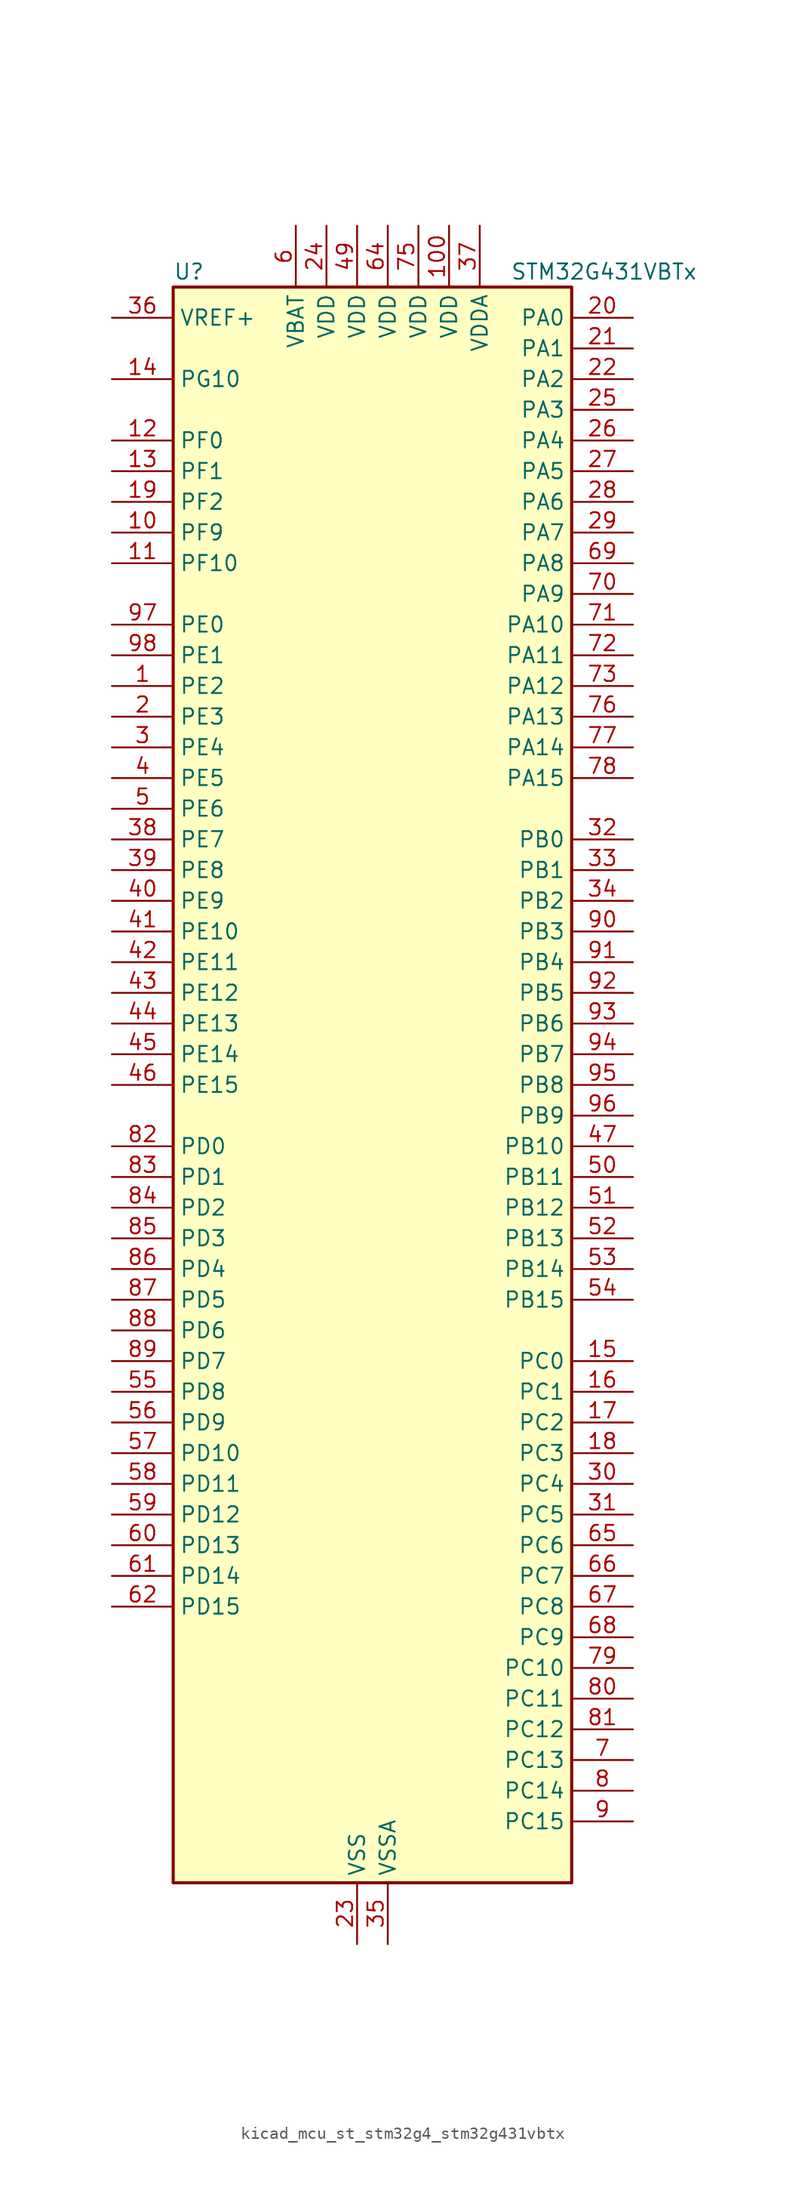
<source format=kicad_sym>
(kicad_symbol_lib
  (version 20220914)
  (generator kicad_symbol_editor)
  (symbol "kicad_mcu_st_stm32g4_stm32g431vbtx"
    (property "Reference" "U"
      (at -15.24 67.31 0)
      (effects (font (size 1.27 1.27)) (justify left)))
    (property "Value" "STM32G431VBTx"
      (at 12.7 67.31 0)
      (effects (font (size 1.27 1.27)) (justify left)))
    (property "ki_locked" ""
      (at 0 0 0)
      (effects (font (size 1.27 1.27))))
    (symbol "kicad_mcu_st_stm32g4_stm32g431vbtx_0_1"
      (rectangle (start -15.24 -66.04) (end 17.78 66.04) (stroke (width 0.254) (type default)) (fill (type background))))
    (symbol "kicad_mcu_st_stm32g4_stm32g431vbtx_1_1"
      (pin bidirectional line (at -20.32 33.02 0) (length 5.08) (name "PE2" (effects (font (size 1.27 1.27)))) (number "1" (effects (font (size 1.27 1.27)))) (alternate "SAI1_CK1" bidirectional line) (alternate "SAI1_MCLK_A" bidirectional line) (alternate "SYS_TRACECLK" bidirectional line) (alternate "TIM3_CH1" bidirectional line))
      (pin bidirectional line (at -20.32 45.72 0) (length 5.08) (name "PF9" (effects (font (size 1.27 1.27)))) (number "10" (effects (font (size 1.27 1.27)))) (alternate "DAC1_EXTI9" bidirectional line) (alternate "DAC3_EXTI9" bidirectional line) (alternate "SAI1_FS_B" bidirectional line) (alternate "SPI2_SCK" bidirectional line) (alternate "TIM15_CH1" bidirectional line))
      (pin power_in line (at 7.62 71.12 270) (length 5.08) (name "VDD" (effects (font (size 1.27 1.27)))) (number "100" (effects (font (size 1.27 1.27)))))
      (pin bidirectional line (at -20.32 43.18 0) (length 5.08) (name "PF10" (effects (font (size 1.27 1.27)))) (number "11" (effects (font (size 1.27 1.27)))) (alternate "DAC1_EXTI10" bidirectional line) (alternate "DAC3_EXTI10" bidirectional line) (alternate "SAI1_D3" bidirectional line) (alternate "SPI2_SCK" bidirectional line) (alternate "TIM15_CH2" bidirectional line))
      (pin bidirectional line (at -20.32 53.34 0) (length 5.08) (name "PF0" (effects (font (size 1.27 1.27)))) (number "12" (effects (font (size 1.27 1.27)))) (alternate "ADC1_IN10" bidirectional line) (alternate "I2C2_SDA" bidirectional line) (alternate "I2S2_WS" bidirectional line) (alternate "RCC_OSC_IN" bidirectional line) (alternate "SPI2_NSS" bidirectional line) (alternate "TIM1_CH3N" bidirectional line))
      (pin bidirectional line (at -20.32 50.8 0) (length 5.08) (name "PF1" (effects (font (size 1.27 1.27)))) (number "13" (effects (font (size 1.27 1.27)))) (alternate "ADC2_IN10" bidirectional line) (alternate "COMP3_INM" bidirectional line) (alternate "I2S2_CK" bidirectional line) (alternate "RCC_OSC_OUT" bidirectional line) (alternate "SPI2_SCK" bidirectional line))
      (pin bidirectional line (at -20.32 58.42 0) (length 5.08) (name "PG10" (effects (font (size 1.27 1.27)))) (number "14" (effects (font (size 1.27 1.27)))) (alternate "DAC1_EXTI10" bidirectional line) (alternate "DAC3_EXTI10" bidirectional line) (alternate "RCC_MCO" bidirectional line))
      (pin bidirectional line (at 22.86 -22.86 180) (length 5.08) (name "PC0" (effects (font (size 1.27 1.27)))) (number "15" (effects (font (size 1.27 1.27)))) (alternate "ADC1_IN6" bidirectional line) (alternate "ADC2_IN6" bidirectional line) (alternate "COMP3_INM" bidirectional line) (alternate "LPTIM1_IN1" bidirectional line) (alternate "LPUART1_RX" bidirectional line) (alternate "TIM1_CH1" bidirectional line))
      (pin bidirectional line (at 22.86 -25.4 180) (length 5.08) (name "PC1" (effects (font (size 1.27 1.27)))) (number "16" (effects (font (size 1.27 1.27)))) (alternate "ADC1_IN7" bidirectional line) (alternate "ADC2_IN7" bidirectional line) (alternate "COMP3_INP" bidirectional line) (alternate "LPTIM1_OUT" bidirectional line) (alternate "LPUART1_TX" bidirectional line) (alternate "SAI1_SD_A" bidirectional line) (alternate "TIM1_CH2" bidirectional line))
      (pin bidirectional line (at 22.86 -27.94 180) (length 5.08) (name "PC2" (effects (font (size 1.27 1.27)))) (number "17" (effects (font (size 1.27 1.27)))) (alternate "ADC1_IN8" bidirectional line) (alternate "ADC2_IN8" bidirectional line) (alternate "COMP3_OUT" bidirectional line) (alternate "LPTIM1_IN2" bidirectional line) (alternate "TIM1_CH3" bidirectional line))
      (pin bidirectional line (at 22.86 -30.48 180) (length 5.08) (name "PC3" (effects (font (size 1.27 1.27)))) (number "18" (effects (font (size 1.27 1.27)))) (alternate "ADC1_IN9" bidirectional line) (alternate "ADC2_IN9" bidirectional line) (alternate "LPTIM1_ETR" bidirectional line) (alternate "SAI1_D1" bidirectional line) (alternate "SAI1_SD_A" bidirectional line) (alternate "TIM1_BKIN2" bidirectional line) (alternate "TIM1_CH4" bidirectional line))
      (pin bidirectional line (at -20.32 48.26 0) (length 5.08) (name "PF2" (effects (font (size 1.27 1.27)))) (number "19" (effects (font (size 1.27 1.27)))) (alternate "I2C2_SMBA" bidirectional line))
      (pin bidirectional line (at -20.32 30.48 0) (length 5.08) (name "PE3" (effects (font (size 1.27 1.27)))) (number "2" (effects (font (size 1.27 1.27)))) (alternate "SAI1_SD_B" bidirectional line) (alternate "SYS_TRACED0" bidirectional line) (alternate "TIM3_CH2" bidirectional line))
      (pin bidirectional line (at 22.86 63.5 180) (length 5.08) (name "PA0" (effects (font (size 1.27 1.27)))) (number "20" (effects (font (size 1.27 1.27)))) (alternate "ADC1_IN1" bidirectional line) (alternate "ADC2_IN1" bidirectional line) (alternate "COMP1_INM" bidirectional line) (alternate "COMP1_OUT" bidirectional line) (alternate "COMP3_INP" bidirectional line) (alternate "RTC_TAMP2" bidirectional line) (alternate "SYS_WKUP1" bidirectional line) (alternate "TIM2_CH1" bidirectional line) (alternate "TIM2_ETR" bidirectional line) (alternate "TIM8_BKIN" bidirectional line) (alternate "TIM8_ETR" bidirectional line) (alternate "USART2_CTS" bidirectional line) (alternate "USART2_NSS" bidirectional line))
      (pin bidirectional line (at 22.86 60.96 180) (length 5.08) (name "PA1" (effects (font (size 1.27 1.27)))) (number "21" (effects (font (size 1.27 1.27)))) (alternate "ADC1_IN2" bidirectional line) (alternate "ADC2_IN2" bidirectional line) (alternate "COMP1_INP" bidirectional line) (alternate "OPAMP1_VINP" bidirectional line) (alternate "OPAMP1_VINP_SEC" bidirectional line) (alternate "OPAMP3_VINP" bidirectional line) (alternate "OPAMP3_VINP_SEC" bidirectional line) (alternate "RTC_REFIN" bidirectional line) (alternate "TIM15_CH1N" bidirectional line) (alternate "TIM2_CH2" bidirectional line) (alternate "USART2_DE" bidirectional line) (alternate "USART2_RTS" bidirectional line))
      (pin bidirectional line (at 22.86 58.42 180) (length 5.08) (name "PA2" (effects (font (size 1.27 1.27)))) (number "22" (effects (font (size 1.27 1.27)))) (alternate "ADC1_IN3" bidirectional line) (alternate "COMP2_INM" bidirectional line) (alternate "COMP2_OUT" bidirectional line) (alternate "LPUART1_TX" bidirectional line) (alternate "OPAMP1_VOUT" bidirectional line) (alternate "RCC_LSCO" bidirectional line) (alternate "SYS_WKUP4" bidirectional line) (alternate "TIM15_CH1" bidirectional line) (alternate "TIM2_CH3" bidirectional line) (alternate "UCPD1_FRSTX1" bidirectional line) (alternate "UCPD1_FRSTX2" bidirectional line) (alternate "USART2_TX" bidirectional line))
      (pin power_in line (at 0 -71.12 90) (length 5.08) (name "VSS" (effects (font (size 1.27 1.27)))) (number "23" (effects (font (size 1.27 1.27)))))
      (pin power_in line (at -2.54 71.12 270) (length 5.08) (name "VDD" (effects (font (size 1.27 1.27)))) (number "24" (effects (font (size 1.27 1.27)))))
      (pin bidirectional line (at 22.86 55.88 180) (length 5.08) (name "PA3" (effects (font (size 1.27 1.27)))) (number "25" (effects (font (size 1.27 1.27)))) (alternate "ADC1_IN4" bidirectional line) (alternate "COMP2_INP" bidirectional line) (alternate "LPUART1_RX" bidirectional line) (alternate "OPAMP1_VINM" bidirectional line) (alternate "OPAMP1_VINM0" bidirectional line) (alternate "OPAMP1_VINM_SEC" bidirectional line) (alternate "OPAMP1_VINP" bidirectional line) (alternate "OPAMP1_VINP_SEC" bidirectional line) (alternate "SAI1_CK1" bidirectional line) (alternate "SAI1_MCLK_A" bidirectional line) (alternate "TIM15_CH2" bidirectional line) (alternate "TIM2_CH4" bidirectional line) (alternate "USART2_RX" bidirectional line))
      (pin bidirectional line (at 22.86 53.34 180) (length 5.08) (name "PA4" (effects (font (size 1.27 1.27)))) (number "26" (effects (font (size 1.27 1.27)))) (alternate "ADC2_IN17" bidirectional line) (alternate "COMP1_INM" bidirectional line) (alternate "DAC1_OUT1" bidirectional line) (alternate "I2S3_WS" bidirectional line) (alternate "SAI1_FS_B" bidirectional line) (alternate "SPI1_NSS" bidirectional line) (alternate "SPI3_NSS" bidirectional line) (alternate "TIM3_CH2" bidirectional line) (alternate "USART2_CK" bidirectional line))
      (pin bidirectional line (at 22.86 50.8 180) (length 5.08) (name "PA5" (effects (font (size 1.27 1.27)))) (number "27" (effects (font (size 1.27 1.27)))) (alternate "ADC2_IN13" bidirectional line) (alternate "COMP2_INM" bidirectional line) (alternate "DAC1_OUT2" bidirectional line) (alternate "OPAMP2_VINM" bidirectional line) (alternate "OPAMP2_VINM0" bidirectional line) (alternate "OPAMP2_VINM_SEC" bidirectional line) (alternate "SPI1_SCK" bidirectional line) (alternate "TIM2_CH1" bidirectional line) (alternate "TIM2_ETR" bidirectional line) (alternate "UCPD1_FRSTX1" bidirectional line) (alternate "UCPD1_FRSTX2" bidirectional line))
      (pin bidirectional line (at 22.86 48.26 180) (length 5.08) (name "PA6" (effects (font (size 1.27 1.27)))) (number "28" (effects (font (size 1.27 1.27)))) (alternate "ADC2_IN3" bidirectional line) (alternate "COMP1_OUT" bidirectional line) (alternate "LPUART1_CTS" bidirectional line) (alternate "OPAMP2_VOUT" bidirectional line) (alternate "SPI1_MISO" bidirectional line) (alternate "TIM16_CH1" bidirectional line) (alternate "TIM1_BKIN" bidirectional line) (alternate "TIM3_CH1" bidirectional line) (alternate "TIM8_BKIN" bidirectional line))
      (pin bidirectional line (at 22.86 45.72 180) (length 5.08) (name "PA7" (effects (font (size 1.27 1.27)))) (number "29" (effects (font (size 1.27 1.27)))) (alternate "ADC2_IN4" bidirectional line) (alternate "COMP2_INP" bidirectional line) (alternate "COMP2_OUT" bidirectional line) (alternate "OPAMP1_VINP" bidirectional line) (alternate "OPAMP1_VINP_SEC" bidirectional line) (alternate "OPAMP2_VINP" bidirectional line) (alternate "OPAMP2_VINP_SEC" bidirectional line) (alternate "SPI1_MOSI" bidirectional line) (alternate "TIM17_CH1" bidirectional line) (alternate "TIM1_CH1N" bidirectional line) (alternate "TIM3_CH2" bidirectional line) (alternate "TIM8_CH1N" bidirectional line) (alternate "UCPD1_FRSTX1" bidirectional line) (alternate "UCPD1_FRSTX2" bidirectional line))
      (pin bidirectional line (at -20.32 27.94 0) (length 5.08) (name "PE4" (effects (font (size 1.27 1.27)))) (number "3" (effects (font (size 1.27 1.27)))) (alternate "SAI1_D2" bidirectional line) (alternate "SAI1_FS_A" bidirectional line) (alternate "SYS_TRACED1" bidirectional line) (alternate "TIM3_CH3" bidirectional line))
      (pin bidirectional line (at 22.86 -33.02 180) (length 5.08) (name "PC4" (effects (font (size 1.27 1.27)))) (number "30" (effects (font (size 1.27 1.27)))) (alternate "ADC2_IN5" bidirectional line) (alternate "I2C2_SCL" bidirectional line) (alternate "TIM1_ETR" bidirectional line) (alternate "USART1_TX" bidirectional line))
      (pin bidirectional line (at 22.86 -35.56 180) (length 5.08) (name "PC5" (effects (font (size 1.27 1.27)))) (number "31" (effects (font (size 1.27 1.27)))) (alternate "ADC2_IN11" bidirectional line) (alternate "OPAMP1_VINM" bidirectional line) (alternate "OPAMP1_VINM1" bidirectional line) (alternate "OPAMP1_VINM_SEC" bidirectional line) (alternate "OPAMP2_VINM" bidirectional line) (alternate "OPAMP2_VINM1" bidirectional line) (alternate "OPAMP2_VINM_SEC" bidirectional line) (alternate "SAI1_D3" bidirectional line) (alternate "SYS_WKUP5" bidirectional line) (alternate "TIM15_BKIN" bidirectional line) (alternate "TIM1_CH4N" bidirectional line) (alternate "USART1_RX" bidirectional line))
      (pin bidirectional line (at 22.86 20.32 180) (length 5.08) (name "PB0" (effects (font (size 1.27 1.27)))) (number "32" (effects (font (size 1.27 1.27)))) (alternate "ADC1_IN15" bidirectional line) (alternate "COMP4_INP" bidirectional line) (alternate "OPAMP2_VINP" bidirectional line) (alternate "OPAMP2_VINP_SEC" bidirectional line) (alternate "OPAMP3_VINP" bidirectional line) (alternate "OPAMP3_VINP_SEC" bidirectional line) (alternate "TIM1_CH2N" bidirectional line) (alternate "TIM3_CH3" bidirectional line) (alternate "TIM8_CH2N" bidirectional line) (alternate "UCPD1_FRSTX1" bidirectional line) (alternate "UCPD1_FRSTX2" bidirectional line))
      (pin bidirectional line (at 22.86 17.78 180) (length 5.08) (name "PB1" (effects (font (size 1.27 1.27)))) (number "33" (effects (font (size 1.27 1.27)))) (alternate "ADC1_IN12" bidirectional line) (alternate "COMP1_INP" bidirectional line) (alternate "COMP4_OUT" bidirectional line) (alternate "LPUART1_DE" bidirectional line) (alternate "LPUART1_RTS" bidirectional line) (alternate "OPAMP3_VOUT" bidirectional line) (alternate "TIM1_CH3N" bidirectional line) (alternate "TIM3_CH4" bidirectional line) (alternate "TIM8_CH3N" bidirectional line))
      (pin bidirectional line (at 22.86 15.24 180) (length 5.08) (name "PB2" (effects (font (size 1.27 1.27)))) (number "34" (effects (font (size 1.27 1.27)))) (alternate "ADC2_IN12" bidirectional line) (alternate "COMP4_INM" bidirectional line) (alternate "I2C3_SMBA" bidirectional line) (alternate "LPTIM1_OUT" bidirectional line) (alternate "OPAMP3_VINM" bidirectional line) (alternate "OPAMP3_VINM0" bidirectional line) (alternate "OPAMP3_VINM_SEC" bidirectional line) (alternate "RTC_OUT2" bidirectional line))
      (pin power_in line (at 2.54 -71.12 90) (length 5.08) (name "VSSA" (effects (font (size 1.27 1.27)))) (number "35" (effects (font (size 1.27 1.27)))))
      (pin input line (at -20.32 63.5 0) (length 5.08) (name "VREF+" (effects (font (size 1.27 1.27)))) (number "36" (effects (font (size 1.27 1.27)))) (alternate "VREFBUF_OUT" bidirectional line))
      (pin power_in line (at 10.16 71.12 270) (length 5.08) (name "VDDA" (effects (font (size 1.27 1.27)))) (number "37" (effects (font (size 1.27 1.27)))))
      (pin bidirectional line (at -20.32 20.32 0) (length 5.08) (name "PE7" (effects (font (size 1.27 1.27)))) (number "38" (effects (font (size 1.27 1.27)))) (alternate "COMP4_INP" bidirectional line) (alternate "SAI1_SD_B" bidirectional line) (alternate "TIM1_ETR" bidirectional line))
      (pin bidirectional line (at -20.32 17.78 0) (length 5.08) (name "PE8" (effects (font (size 1.27 1.27)))) (number "39" (effects (font (size 1.27 1.27)))) (alternate "COMP4_INM" bidirectional line) (alternate "SAI1_SCK_B" bidirectional line) (alternate "TIM1_CH1N" bidirectional line))
      (pin bidirectional line (at -20.32 25.4 0) (length 5.08) (name "PE5" (effects (font (size 1.27 1.27)))) (number "4" (effects (font (size 1.27 1.27)))) (alternate "SAI1_CK2" bidirectional line) (alternate "SAI1_SCK_A" bidirectional line) (alternate "SYS_TRACED2" bidirectional line) (alternate "TIM3_CH4" bidirectional line))
      (pin bidirectional line (at -20.32 15.24 0) (length 5.08) (name "PE9" (effects (font (size 1.27 1.27)))) (number "40" (effects (font (size 1.27 1.27)))) (alternate "DAC1_EXTI9" bidirectional line) (alternate "DAC3_EXTI9" bidirectional line) (alternate "SAI1_FS_B" bidirectional line) (alternate "TIM1_CH1" bidirectional line))
      (pin bidirectional line (at -20.32 12.7 0) (length 5.08) (name "PE10" (effects (font (size 1.27 1.27)))) (number "41" (effects (font (size 1.27 1.27)))) (alternate "DAC1_EXTI10" bidirectional line) (alternate "DAC3_EXTI10" bidirectional line) (alternate "SAI1_MCLK_B" bidirectional line) (alternate "TIM1_CH2N" bidirectional line))
      (pin bidirectional line (at -20.32 10.16 0) (length 5.08) (name "PE11" (effects (font (size 1.27 1.27)))) (number "42" (effects (font (size 1.27 1.27)))) (alternate "ADC1_EXTI11" bidirectional line) (alternate "ADC2_EXTI11" bidirectional line) (alternate "TIM1_CH2" bidirectional line))
      (pin bidirectional line (at -20.32 7.62 0) (length 5.08) (name "PE12" (effects (font (size 1.27 1.27)))) (number "43" (effects (font (size 1.27 1.27)))) (alternate "TIM1_CH3N" bidirectional line))
      (pin bidirectional line (at -20.32 5.08 0) (length 5.08) (name "PE13" (effects (font (size 1.27 1.27)))) (number "44" (effects (font (size 1.27 1.27)))) (alternate "TIM1_CH3" bidirectional line))
      (pin bidirectional line (at -20.32 2.54 0) (length 5.08) (name "PE14" (effects (font (size 1.27 1.27)))) (number "45" (effects (font (size 1.27 1.27)))) (alternate "TIM1_BKIN2" bidirectional line) (alternate "TIM1_CH4" bidirectional line))
      (pin bidirectional line (at -20.32 0 0) (length 5.08) (name "PE15" (effects (font (size 1.27 1.27)))) (number "46" (effects (font (size 1.27 1.27)))) (alternate "ADC1_EXTI15" bidirectional line) (alternate "ADC2_EXTI15" bidirectional line) (alternate "TIM1_BKIN" bidirectional line) (alternate "TIM1_CH4N" bidirectional line) (alternate "USART3_RX" bidirectional line))
      (pin bidirectional line (at 22.86 -5.08 180) (length 5.08) (name "PB10" (effects (font (size 1.27 1.27)))) (number "47" (effects (font (size 1.27 1.27)))) (alternate "DAC1_EXTI10" bidirectional line) (alternate "DAC3_EXTI10" bidirectional line) (alternate "LPUART1_RX" bidirectional line) (alternate "OPAMP3_VINM" bidirectional line) (alternate "OPAMP3_VINM1" bidirectional line) (alternate "OPAMP3_VINM_SEC" bidirectional line) (alternate "SAI1_SCK_A" bidirectional line) (alternate "TIM1_BKIN" bidirectional line) (alternate "TIM2_CH3" bidirectional line) (alternate "USART3_TX" bidirectional line))
      (pin passive line (at 0 -71.12 90) (length 5.08) hide (name "VSS" (effects (font (size 1.27 1.27)))) (number "48" (effects (font (size 1.27 1.27)))))
      (pin power_in line (at 0 71.12 270) (length 5.08) (name "VDD" (effects (font (size 1.27 1.27)))) (number "49" (effects (font (size 1.27 1.27)))))
      (pin bidirectional line (at -20.32 22.86 0) (length 5.08) (name "PE6" (effects (font (size 1.27 1.27)))) (number "5" (effects (font (size 1.27 1.27)))) (alternate "RTC_TAMP3" bidirectional line) (alternate "SAI1_D1" bidirectional line) (alternate "SAI1_SD_A" bidirectional line) (alternate "SYS_TRACED3" bidirectional line) (alternate "SYS_WKUP3" bidirectional line))
      (pin bidirectional line (at 22.86 -7.62 180) (length 5.08) (name "PB11" (effects (font (size 1.27 1.27)))) (number "50" (effects (font (size 1.27 1.27)))) (alternate "ADC1_EXTI11" bidirectional line) (alternate "ADC1_IN14" bidirectional line) (alternate "ADC2_EXTI11" bidirectional line) (alternate "ADC2_IN14" bidirectional line) (alternate "LPUART1_TX" bidirectional line) (alternate "TIM2_CH4" bidirectional line) (alternate "USART3_RX" bidirectional line))
      (pin bidirectional line (at 22.86 -10.16 180) (length 5.08) (name "PB12" (effects (font (size 1.27 1.27)))) (number "51" (effects (font (size 1.27 1.27)))) (alternate "ADC1_IN11" bidirectional line) (alternate "I2C2_SMBA" bidirectional line) (alternate "I2S2_WS" bidirectional line) (alternate "LPUART1_DE" bidirectional line) (alternate "LPUART1_RTS" bidirectional line) (alternate "SPI2_NSS" bidirectional line) (alternate "TIM1_BKIN" bidirectional line) (alternate "USART3_CK" bidirectional line))
      (pin bidirectional line (at 22.86 -12.7 180) (length 5.08) (name "PB13" (effects (font (size 1.27 1.27)))) (number "52" (effects (font (size 1.27 1.27)))) (alternate "I2S2_CK" bidirectional line) (alternate "LPUART1_CTS" bidirectional line) (alternate "OPAMP3_VINP" bidirectional line) (alternate "OPAMP3_VINP_SEC" bidirectional line) (alternate "SPI2_SCK" bidirectional line) (alternate "TIM1_CH1N" bidirectional line) (alternate "USART3_CTS" bidirectional line) (alternate "USART3_NSS" bidirectional line))
      (pin bidirectional line (at 22.86 -15.24 180) (length 5.08) (name "PB14" (effects (font (size 1.27 1.27)))) (number "53" (effects (font (size 1.27 1.27)))) (alternate "ADC1_IN5" bidirectional line) (alternate "COMP4_OUT" bidirectional line) (alternate "OPAMP2_VINP" bidirectional line) (alternate "OPAMP2_VINP_SEC" bidirectional line) (alternate "SPI2_MISO" bidirectional line) (alternate "TIM15_CH1" bidirectional line) (alternate "TIM1_CH2N" bidirectional line) (alternate "USART3_DE" bidirectional line) (alternate "USART3_RTS" bidirectional line))
      (pin bidirectional line (at 22.86 -17.78 180) (length 5.08) (name "PB15" (effects (font (size 1.27 1.27)))) (number "54" (effects (font (size 1.27 1.27)))) (alternate "ADC1_EXTI15" bidirectional line) (alternate "ADC2_EXTI15" bidirectional line) (alternate "ADC2_IN15" bidirectional line) (alternate "COMP3_OUT" bidirectional line) (alternate "I2S2_SD" bidirectional line) (alternate "RTC_REFIN" bidirectional line) (alternate "SPI2_MOSI" bidirectional line) (alternate "TIM15_CH1N" bidirectional line) (alternate "TIM15_CH2" bidirectional line) (alternate "TIM1_CH3N" bidirectional line))
      (pin bidirectional line (at -20.32 -25.4 0) (length 5.08) (name "PD8" (effects (font (size 1.27 1.27)))) (number "55" (effects (font (size 1.27 1.27)))) (alternate "USART3_TX" bidirectional line))
      (pin bidirectional line (at -20.32 -27.94 0) (length 5.08) (name "PD9" (effects (font (size 1.27 1.27)))) (number "56" (effects (font (size 1.27 1.27)))) (alternate "DAC1_EXTI9" bidirectional line) (alternate "DAC3_EXTI9" bidirectional line) (alternate "USART3_RX" bidirectional line))
      (pin bidirectional line (at -20.32 -30.48 0) (length 5.08) (name "PD10" (effects (font (size 1.27 1.27)))) (number "57" (effects (font (size 1.27 1.27)))) (alternate "DAC1_EXTI10" bidirectional line) (alternate "DAC3_EXTI10" bidirectional line) (alternate "USART3_CK" bidirectional line))
      (pin bidirectional line (at -20.32 -33.02 0) (length 5.08) (name "PD11" (effects (font (size 1.27 1.27)))) (number "58" (effects (font (size 1.27 1.27)))) (alternate "ADC1_EXTI11" bidirectional line) (alternate "ADC2_EXTI11" bidirectional line) (alternate "USART3_CTS" bidirectional line) (alternate "USART3_NSS" bidirectional line))
      (pin bidirectional line (at -20.32 -35.56 0) (length 5.08) (name "PD12" (effects (font (size 1.27 1.27)))) (number "59" (effects (font (size 1.27 1.27)))) (alternate "TIM4_CH1" bidirectional line) (alternate "USART3_DE" bidirectional line) (alternate "USART3_RTS" bidirectional line))
      (pin power_in line (at -5.08 71.12 270) (length 5.08) (name "VBAT" (effects (font (size 1.27 1.27)))) (number "6" (effects (font (size 1.27 1.27)))))
      (pin bidirectional line (at -20.32 -38.1 0) (length 5.08) (name "PD13" (effects (font (size 1.27 1.27)))) (number "60" (effects (font (size 1.27 1.27)))) (alternate "TIM4_CH2" bidirectional line))
      (pin bidirectional line (at -20.32 -40.64 0) (length 5.08) (name "PD14" (effects (font (size 1.27 1.27)))) (number "61" (effects (font (size 1.27 1.27)))) (alternate "OPAMP2_VINP" bidirectional line) (alternate "OPAMP2_VINP_SEC" bidirectional line) (alternate "TIM4_CH3" bidirectional line))
      (pin bidirectional line (at -20.32 -43.18 0) (length 5.08) (name "PD15" (effects (font (size 1.27 1.27)))) (number "62" (effects (font (size 1.27 1.27)))) (alternate "ADC1_EXTI15" bidirectional line) (alternate "ADC2_EXTI15" bidirectional line) (alternate "SPI2_NSS" bidirectional line) (alternate "TIM4_CH4" bidirectional line))
      (pin passive line (at 0 -71.12 90) (length 5.08) hide (name "VSS" (effects (font (size 1.27 1.27)))) (number "63" (effects (font (size 1.27 1.27)))))
      (pin power_in line (at 2.54 71.12 270) (length 5.08) (name "VDD" (effects (font (size 1.27 1.27)))) (number "64" (effects (font (size 1.27 1.27)))))
      (pin bidirectional line (at 22.86 -38.1 180) (length 5.08) (name "PC6" (effects (font (size 1.27 1.27)))) (number "65" (effects (font (size 1.27 1.27)))) (alternate "I2S2_MCK" bidirectional line) (alternate "TIM3_CH1" bidirectional line) (alternate "TIM8_CH1" bidirectional line))
      (pin bidirectional line (at 22.86 -40.64 180) (length 5.08) (name "PC7" (effects (font (size 1.27 1.27)))) (number "66" (effects (font (size 1.27 1.27)))) (alternate "I2S3_MCK" bidirectional line) (alternate "TIM3_CH2" bidirectional line) (alternate "TIM8_CH2" bidirectional line))
      (pin bidirectional line (at 22.86 -43.18 180) (length 5.08) (name "PC8" (effects (font (size 1.27 1.27)))) (number "67" (effects (font (size 1.27 1.27)))) (alternate "I2C3_SCL" bidirectional line) (alternate "TIM3_CH3" bidirectional line) (alternate "TIM8_CH3" bidirectional line))
      (pin bidirectional line (at 22.86 -45.72 180) (length 5.08) (name "PC9" (effects (font (size 1.27 1.27)))) (number "68" (effects (font (size 1.27 1.27)))) (alternate "DAC1_EXTI9" bidirectional line) (alternate "DAC3_EXTI9" bidirectional line) (alternate "I2C3_SDA" bidirectional line) (alternate "I2S_CKIN" bidirectional line) (alternate "TIM3_CH4" bidirectional line) (alternate "TIM8_BKIN2" bidirectional line) (alternate "TIM8_CH4" bidirectional line))
      (pin bidirectional line (at 22.86 43.18 180) (length 5.08) (name "PA8" (effects (font (size 1.27 1.27)))) (number "69" (effects (font (size 1.27 1.27)))) (alternate "I2C2_SDA" bidirectional line) (alternate "I2C3_SCL" bidirectional line) (alternate "I2S2_MCK" bidirectional line) (alternate "RCC_MCO" bidirectional line) (alternate "SAI1_CK2" bidirectional line) (alternate "SAI1_SCK_A" bidirectional line) (alternate "TIM1_CH1" bidirectional line) (alternate "TIM4_ETR" bidirectional line) (alternate "USART1_CK" bidirectional line))
      (pin bidirectional line (at 22.86 -55.88 180) (length 5.08) (name "PC13" (effects (font (size 1.27 1.27)))) (number "7" (effects (font (size 1.27 1.27)))) (alternate "RTC_OUT1" bidirectional line) (alternate "RTC_TAMP1" bidirectional line) (alternate "RTC_TS" bidirectional line) (alternate "SYS_WKUP2" bidirectional line) (alternate "TIM1_BKIN" bidirectional line) (alternate "TIM1_CH1N" bidirectional line) (alternate "TIM8_CH4N" bidirectional line))
      (pin bidirectional line (at 22.86 40.64 180) (length 5.08) (name "PA9" (effects (font (size 1.27 1.27)))) (number "70" (effects (font (size 1.27 1.27)))) (alternate "DAC1_EXTI9" bidirectional line) (alternate "DAC3_EXTI9" bidirectional line) (alternate "I2C2_SCL" bidirectional line) (alternate "I2C3_SMBA" bidirectional line) (alternate "I2S3_MCK" bidirectional line) (alternate "SAI1_FS_A" bidirectional line) (alternate "TIM15_BKIN" bidirectional line) (alternate "TIM1_CH2" bidirectional line) (alternate "TIM2_CH3" bidirectional line) (alternate "UCPD1_DBCC1" bidirectional line) (alternate "USART1_TX" bidirectional line))
      (pin bidirectional line (at 22.86 38.1 180) (length 5.08) (name "PA10" (effects (font (size 1.27 1.27)))) (number "71" (effects (font (size 1.27 1.27)))) (alternate "CRS_SYNC" bidirectional line) (alternate "DAC1_EXTI10" bidirectional line) (alternate "DAC3_EXTI10" bidirectional line) (alternate "I2C2_SMBA" bidirectional line) (alternate "SAI1_D1" bidirectional line) (alternate "SAI1_SD_A" bidirectional line) (alternate "SPI2_MISO" bidirectional line) (alternate "TIM17_BKIN" bidirectional line) (alternate "TIM1_CH3" bidirectional line) (alternate "TIM2_CH4" bidirectional line) (alternate "TIM8_BKIN" bidirectional line) (alternate "UCPD1_DBCC2" bidirectional line) (alternate "USART1_RX" bidirectional line))
      (pin bidirectional line (at 22.86 35.56 180) (length 5.08) (name "PA11" (effects (font (size 1.27 1.27)))) (number "72" (effects (font (size 1.27 1.27)))) (alternate "ADC1_EXTI11" bidirectional line) (alternate "ADC2_EXTI11" bidirectional line) (alternate "COMP1_OUT" bidirectional line) (alternate "FDCAN1_RX" bidirectional line) (alternate "I2S2_SD" bidirectional line) (alternate "SPI2_MOSI" bidirectional line) (alternate "TIM1_BKIN2" bidirectional line) (alternate "TIM1_CH1N" bidirectional line) (alternate "TIM1_CH4" bidirectional line) (alternate "TIM4_CH1" bidirectional line) (alternate "USART1_CTS" bidirectional line) (alternate "USART1_NSS" bidirectional line) (alternate "USB_DM" bidirectional line))
      (pin bidirectional line (at 22.86 33.02 180) (length 5.08) (name "PA12" (effects (font (size 1.27 1.27)))) (number "73" (effects (font (size 1.27 1.27)))) (alternate "COMP2_OUT" bidirectional line) (alternate "FDCAN1_TX" bidirectional line) (alternate "I2S_CKIN" bidirectional line) (alternate "TIM16_CH1" bidirectional line) (alternate "TIM1_CH2N" bidirectional line) (alternate "TIM1_ETR" bidirectional line) (alternate "TIM4_CH2" bidirectional line) (alternate "USART1_DE" bidirectional line) (alternate "USART1_RTS" bidirectional line) (alternate "USB_DP" bidirectional line))
      (pin passive line (at 0 -71.12 90) (length 5.08) hide (name "VSS" (effects (font (size 1.27 1.27)))) (number "74" (effects (font (size 1.27 1.27)))))
      (pin power_in line (at 5.08 71.12 270) (length 5.08) (name "VDD" (effects (font (size 1.27 1.27)))) (number "75" (effects (font (size 1.27 1.27)))))
      (pin bidirectional line (at 22.86 30.48 180) (length 5.08) (name "PA13" (effects (font (size 1.27 1.27)))) (number "76" (effects (font (size 1.27 1.27)))) (alternate "I2C1_SCL" bidirectional line) (alternate "IR_OUT" bidirectional line) (alternate "SAI1_SD_B" bidirectional line) (alternate "SYS_JTMS-SWDIO" bidirectional line) (alternate "TIM16_CH1N" bidirectional line) (alternate "TIM4_CH3" bidirectional line) (alternate "USART3_CTS" bidirectional line) (alternate "USART3_NSS" bidirectional line))
      (pin bidirectional line (at 22.86 27.94 180) (length 5.08) (name "PA14" (effects (font (size 1.27 1.27)))) (number "77" (effects (font (size 1.27 1.27)))) (alternate "I2C1_SDA" bidirectional line) (alternate "LPTIM1_OUT" bidirectional line) (alternate "SAI1_FS_B" bidirectional line) (alternate "SYS_JTCK-SWCLK" bidirectional line) (alternate "TIM1_BKIN" bidirectional line) (alternate "TIM8_CH2" bidirectional line) (alternate "USART2_TX" bidirectional line))
      (pin bidirectional line (at 22.86 25.4 180) (length 5.08) (name "PA15" (effects (font (size 1.27 1.27)))) (number "78" (effects (font (size 1.27 1.27)))) (alternate "ADC1_EXTI15" bidirectional line) (alternate "ADC2_EXTI15" bidirectional line) (alternate "I2C1_SCL" bidirectional line) (alternate "I2S3_WS" bidirectional line) (alternate "SPI1_NSS" bidirectional line) (alternate "SPI3_NSS" bidirectional line) (alternate "SYS_JTDI" bidirectional line) (alternate "TIM1_BKIN" bidirectional line) (alternate "TIM2_CH1" bidirectional line) (alternate "TIM2_ETR" bidirectional line) (alternate "TIM8_CH1" bidirectional line) (alternate "UART4_DE" bidirectional line) (alternate "UART4_RTS" bidirectional line) (alternate "USART2_RX" bidirectional line))
      (pin bidirectional line (at 22.86 -48.26 180) (length 5.08) (name "PC10" (effects (font (size 1.27 1.27)))) (number "79" (effects (font (size 1.27 1.27)))) (alternate "DAC1_EXTI10" bidirectional line) (alternate "DAC3_EXTI10" bidirectional line) (alternate "I2S3_CK" bidirectional line) (alternate "SPI3_SCK" bidirectional line) (alternate "TIM8_CH1N" bidirectional line) (alternate "UART4_TX" bidirectional line) (alternate "USART3_TX" bidirectional line))
      (pin bidirectional line (at 22.86 -58.42 180) (length 5.08) (name "PC14" (effects (font (size 1.27 1.27)))) (number "8" (effects (font (size 1.27 1.27)))) (alternate "RCC_OSC32_IN" bidirectional line))
      (pin bidirectional line (at 22.86 -50.8 180) (length 5.08) (name "PC11" (effects (font (size 1.27 1.27)))) (number "80" (effects (font (size 1.27 1.27)))) (alternate "ADC1_EXTI11" bidirectional line) (alternate "ADC2_EXTI11" bidirectional line) (alternate "I2C3_SDA" bidirectional line) (alternate "SPI3_MISO" bidirectional line) (alternate "TIM8_CH2N" bidirectional line) (alternate "UART4_RX" bidirectional line) (alternate "USART3_RX" bidirectional line))
      (pin bidirectional line (at 22.86 -53.34 180) (length 5.08) (name "PC12" (effects (font (size 1.27 1.27)))) (number "81" (effects (font (size 1.27 1.27)))) (alternate "I2S3_SD" bidirectional line) (alternate "SPI3_MOSI" bidirectional line) (alternate "TIM8_CH3N" bidirectional line) (alternate "UCPD1_FRSTX1" bidirectional line) (alternate "UCPD1_FRSTX2" bidirectional line) (alternate "USART3_CK" bidirectional line))
      (pin bidirectional line (at -20.32 -5.08 0) (length 5.08) (name "PD0" (effects (font (size 1.27 1.27)))) (number "82" (effects (font (size 1.27 1.27)))) (alternate "FDCAN1_RX" bidirectional line) (alternate "TIM8_CH4N" bidirectional line))
      (pin bidirectional line (at -20.32 -7.62 0) (length 5.08) (name "PD1" (effects (font (size 1.27 1.27)))) (number "83" (effects (font (size 1.27 1.27)))) (alternate "FDCAN1_TX" bidirectional line) (alternate "TIM8_BKIN2" bidirectional line) (alternate "TIM8_CH4" bidirectional line))
      (pin bidirectional line (at -20.32 -10.16 0) (length 5.08) (name "PD2" (effects (font (size 1.27 1.27)))) (number "84" (effects (font (size 1.27 1.27)))) (alternate "TIM3_ETR" bidirectional line) (alternate "TIM8_BKIN" bidirectional line))
      (pin bidirectional line (at -20.32 -12.7 0) (length 5.08) (name "PD3" (effects (font (size 1.27 1.27)))) (number "85" (effects (font (size 1.27 1.27)))) (alternate "TIM2_CH1" bidirectional line) (alternate "TIM2_ETR" bidirectional line) (alternate "USART2_CTS" bidirectional line) (alternate "USART2_NSS" bidirectional line))
      (pin bidirectional line (at -20.32 -15.24 0) (length 5.08) (name "PD4" (effects (font (size 1.27 1.27)))) (number "86" (effects (font (size 1.27 1.27)))) (alternate "TIM2_CH2" bidirectional line) (alternate "USART2_DE" bidirectional line) (alternate "USART2_RTS" bidirectional line))
      (pin bidirectional line (at -20.32 -17.78 0) (length 5.08) (name "PD5" (effects (font (size 1.27 1.27)))) (number "87" (effects (font (size 1.27 1.27)))) (alternate "USART2_TX" bidirectional line))
      (pin bidirectional line (at -20.32 -20.32 0) (length 5.08) (name "PD6" (effects (font (size 1.27 1.27)))) (number "88" (effects (font (size 1.27 1.27)))) (alternate "SAI1_D1" bidirectional line) (alternate "SAI1_SD_A" bidirectional line) (alternate "TIM2_CH4" bidirectional line) (alternate "USART2_RX" bidirectional line))
      (pin bidirectional line (at -20.32 -22.86 0) (length 5.08) (name "PD7" (effects (font (size 1.27 1.27)))) (number "89" (effects (font (size 1.27 1.27)))) (alternate "TIM2_CH3" bidirectional line) (alternate "USART2_CK" bidirectional line))
      (pin bidirectional line (at 22.86 -60.96 180) (length 5.08) (name "PC15" (effects (font (size 1.27 1.27)))) (number "9" (effects (font (size 1.27 1.27)))) (alternate "ADC1_EXTI15" bidirectional line) (alternate "ADC2_EXTI15" bidirectional line) (alternate "RCC_OSC32_OUT" bidirectional line))
      (pin bidirectional line (at 22.86 12.7 180) (length 5.08) (name "PB3" (effects (font (size 1.27 1.27)))) (number "90" (effects (font (size 1.27 1.27)))) (alternate "CRS_SYNC" bidirectional line) (alternate "I2S3_CK" bidirectional line) (alternate "SAI1_SCK_B" bidirectional line) (alternate "SPI1_SCK" bidirectional line) (alternate "SPI3_SCK" bidirectional line) (alternate "SYS_JTDO-SWO" bidirectional line) (alternate "TIM2_CH2" bidirectional line) (alternate "TIM3_ETR" bidirectional line) (alternate "TIM4_ETR" bidirectional line) (alternate "TIM8_CH1N" bidirectional line) (alternate "USART2_TX" bidirectional line))
      (pin bidirectional line (at 22.86 10.16 180) (length 5.08) (name "PB4" (effects (font (size 1.27 1.27)))) (number "91" (effects (font (size 1.27 1.27)))) (alternate "SAI1_MCLK_B" bidirectional line) (alternate "SPI1_MISO" bidirectional line) (alternate "SPI3_MISO" bidirectional line) (alternate "SYS_JTRST" bidirectional line) (alternate "TIM16_CH1" bidirectional line) (alternate "TIM17_BKIN" bidirectional line) (alternate "TIM3_CH1" bidirectional line) (alternate "TIM8_CH2N" bidirectional line) (alternate "UCPD1_CC2" bidirectional line) (alternate "USART2_RX" bidirectional line))
      (pin bidirectional line (at 22.86 7.62 180) (length 5.08) (name "PB5" (effects (font (size 1.27 1.27)))) (number "92" (effects (font (size 1.27 1.27)))) (alternate "I2C1_SMBA" bidirectional line) (alternate "I2C3_SDA" bidirectional line) (alternate "I2S3_SD" bidirectional line) (alternate "LPTIM1_IN1" bidirectional line) (alternate "SAI1_SD_B" bidirectional line) (alternate "SPI1_MOSI" bidirectional line) (alternate "SPI3_MOSI" bidirectional line) (alternate "TIM16_BKIN" bidirectional line) (alternate "TIM17_CH1" bidirectional line) (alternate "TIM3_CH2" bidirectional line) (alternate "TIM8_CH3N" bidirectional line) (alternate "USART2_CK" bidirectional line))
      (pin bidirectional line (at 22.86 5.08 180) (length 5.08) (name "PB6" (effects (font (size 1.27 1.27)))) (number "93" (effects (font (size 1.27 1.27)))) (alternate "COMP4_OUT" bidirectional line) (alternate "LPTIM1_ETR" bidirectional line) (alternate "SAI1_FS_B" bidirectional line) (alternate "TIM16_CH1N" bidirectional line) (alternate "TIM4_CH1" bidirectional line) (alternate "TIM8_BKIN2" bidirectional line) (alternate "TIM8_CH1" bidirectional line) (alternate "TIM8_ETR" bidirectional line) (alternate "UCPD1_CC1" bidirectional line) (alternate "USART1_TX" bidirectional line))
      (pin bidirectional line (at 22.86 2.54 180) (length 5.08) (name "PB7" (effects (font (size 1.27 1.27)))) (number "94" (effects (font (size 1.27 1.27)))) (alternate "COMP3_OUT" bidirectional line) (alternate "I2C1_SDA" bidirectional line) (alternate "LPTIM1_IN2" bidirectional line) (alternate "SYS_PVD_IN" bidirectional line) (alternate "TIM17_CH1N" bidirectional line) (alternate "TIM3_CH4" bidirectional line) (alternate "TIM4_CH2" bidirectional line) (alternate "TIM8_BKIN" bidirectional line) (alternate "UART4_CTS" bidirectional line) (alternate "USART1_RX" bidirectional line))
      (pin bidirectional line (at 22.86 0 180) (length 5.08) (name "PB8" (effects (font (size 1.27 1.27)))) (number "95" (effects (font (size 1.27 1.27)))) (alternate "COMP1_OUT" bidirectional line) (alternate "FDCAN1_RX" bidirectional line) (alternate "I2C1_SCL" bidirectional line) (alternate "SAI1_CK1" bidirectional line) (alternate "SAI1_MCLK_A" bidirectional line) (alternate "TIM16_CH1" bidirectional line) (alternate "TIM1_BKIN" bidirectional line) (alternate "TIM4_CH3" bidirectional line) (alternate "TIM8_CH2" bidirectional line) (alternate "USART3_RX" bidirectional line))
      (pin bidirectional line (at 22.86 -2.54 180) (length 5.08) (name "PB9" (effects (font (size 1.27 1.27)))) (number "96" (effects (font (size 1.27 1.27)))) (alternate "COMP2_OUT" bidirectional line) (alternate "DAC1_EXTI9" bidirectional line) (alternate "DAC3_EXTI9" bidirectional line) (alternate "FDCAN1_TX" bidirectional line) (alternate "I2C1_SDA" bidirectional line) (alternate "IR_OUT" bidirectional line) (alternate "SAI1_D2" bidirectional line) (alternate "SAI1_FS_A" bidirectional line) (alternate "TIM17_CH1" bidirectional line) (alternate "TIM1_CH3N" bidirectional line) (alternate "TIM4_CH4" bidirectional line) (alternate "TIM8_CH3" bidirectional line) (alternate "USART3_TX" bidirectional line))
      (pin bidirectional line (at -20.32 38.1 0) (length 5.08) (name "PE0" (effects (font (size 1.27 1.27)))) (number "97" (effects (font (size 1.27 1.27)))) (alternate "TIM16_CH1" bidirectional line) (alternate "TIM4_ETR" bidirectional line) (alternate "USART1_TX" bidirectional line))
      (pin bidirectional line (at -20.32 35.56 0) (length 5.08) (name "PE1" (effects (font (size 1.27 1.27)))) (number "98" (effects (font (size 1.27 1.27)))) (alternate "TIM17_CH1" bidirectional line) (alternate "USART1_RX" bidirectional line))
      (pin passive line (at 0 -71.12 90) (length 5.08) hide (name "VSS" (effects (font (size 1.27 1.27)))) (number "99" (effects (font (size 1.27 1.27))))))))
</source>
